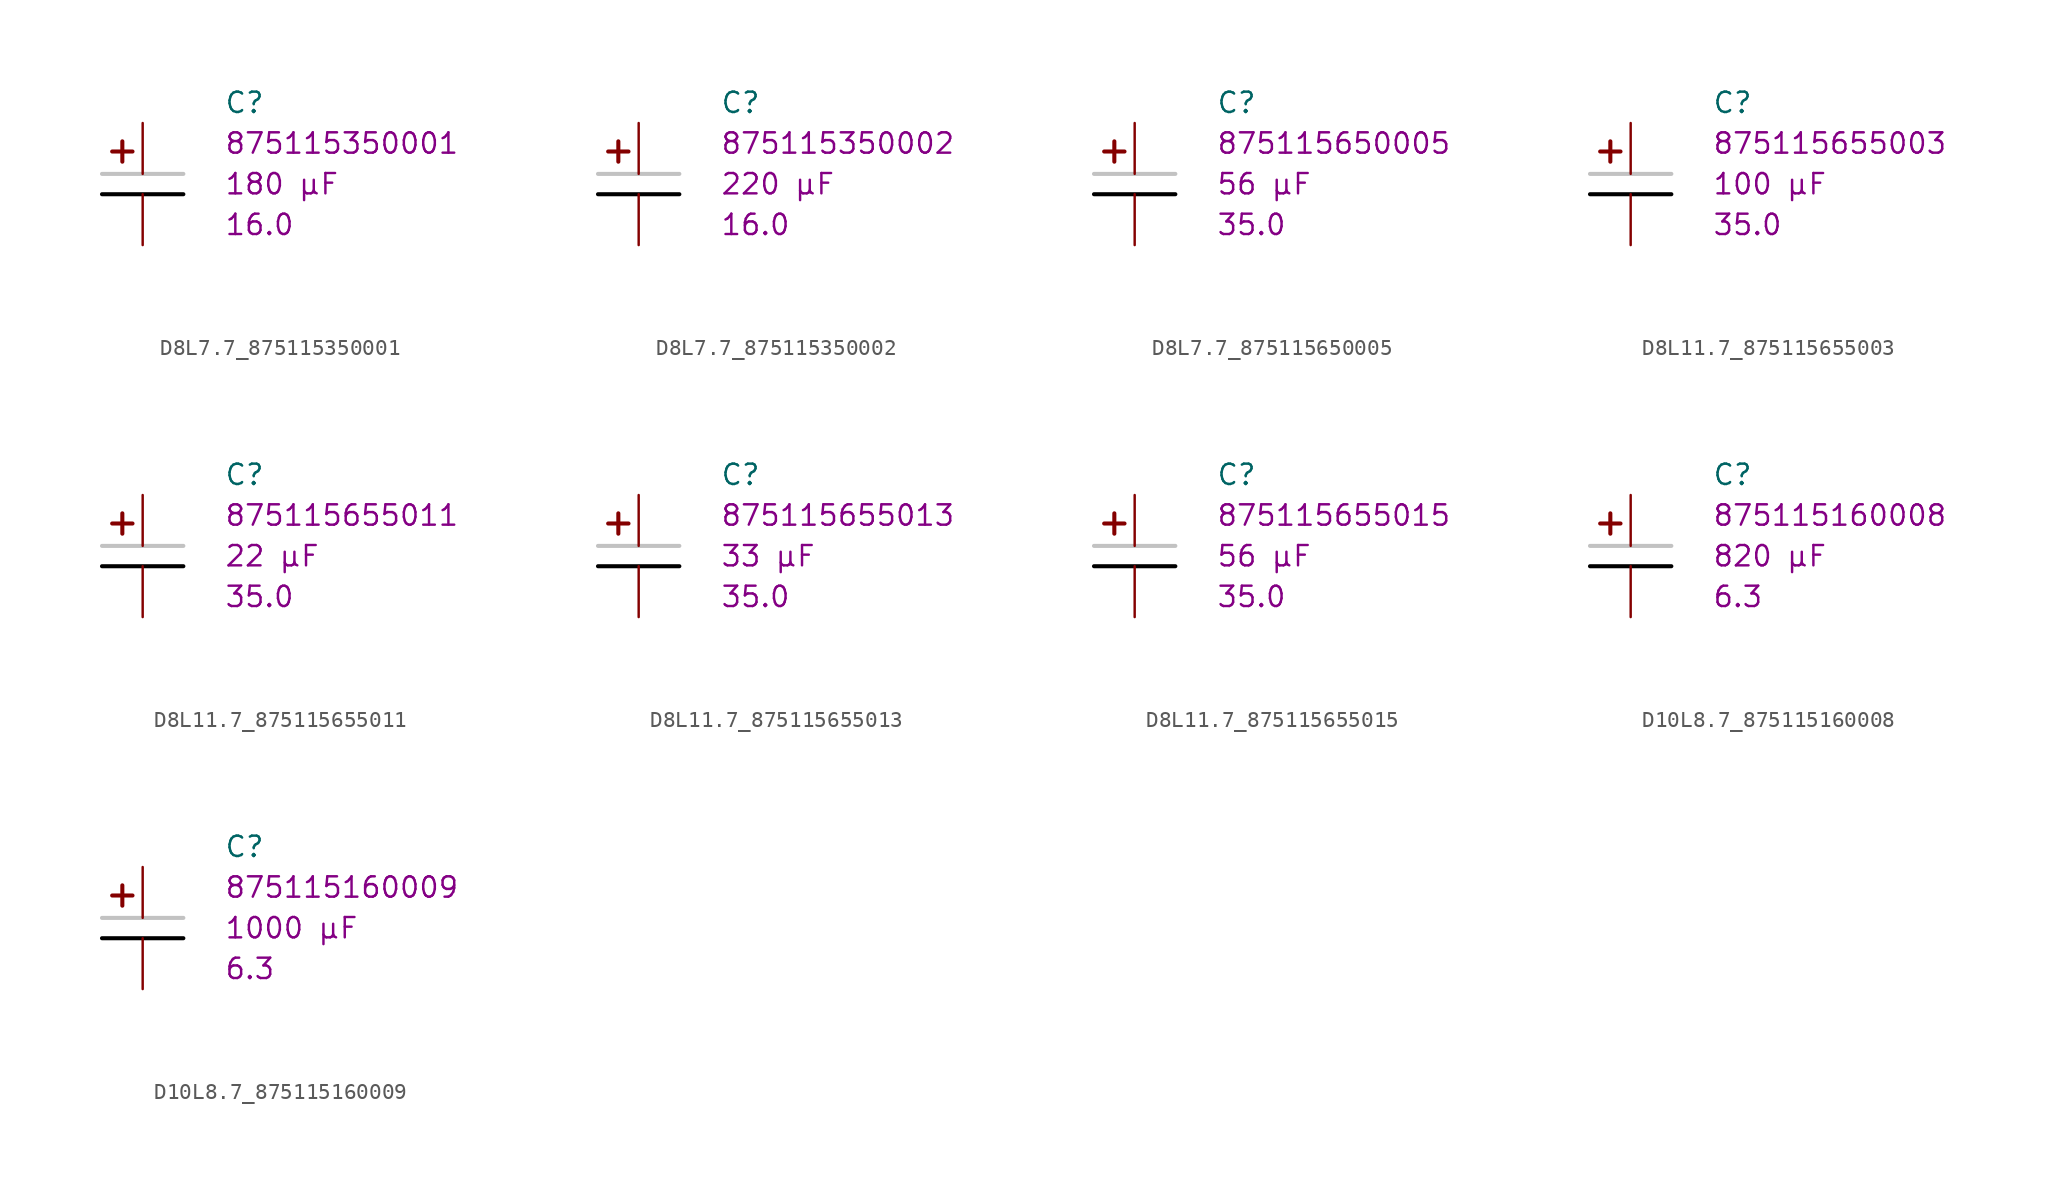
<source format=kicad_sym>
(kicad_symbol_lib
  (version 20220914)
  (generator kicad_symbol_editor)
  (symbol "D8L7.7_875115350001"
    (pin_numbers hide)
    (pin_names hide)
    (property "Reference" "C"
      (at 5.08 5.08 0)
      (effects (font (size 1.27 1.27)) (justify left)))
    (property "Part Number" "875115350001"
      (at 5.08 2.54 0)
      (effects (font (size 1.27 1.27)) (justify left)))
    (property "Capacitance" "180 µF"
      (at 5.08 0 0)
      (effects (font (size 1.27 1.27)) (justify left)))
    (property "Voltage" "16.0"
      (at 5.08 -2.54 0)
      (effects (font (size 1.27 1.27)) (justify left)))
    (property "Critical Parameter" ""
      (at 0 -7.62 0)
      (effects (font (size 1.27 1.27))))
    (symbol "D8L7.7_875115350001_1_1"
      (polyline (pts (xy -1.27 2.667) (xy -1.27 1.397)) (stroke (width 0.254) (type default)) (fill (type none)))
      (polyline (pts (xy -0.635 2.032) (xy -1.905 2.032)) (stroke (width 0.254) (type default)) (fill (type none)))
      (polyline (pts (xy 2.54 -0.635) (xy -2.54 -0.635)) (stroke (width 0.254) (type default) (color 0 0 0 1)) (fill (type none)))
      (polyline (pts (xy 2.54 0.635) (xy -2.54 0.635)) (stroke (width 0.254) (type default) (color 194 194 194 1)) (fill (type none)))
      (pin passive line (at 0 3.81 270) (length 3.175) (name "1" (effects (font (size 1.27 1.27)))) (number "1" (effects (font (size 1.27 1.27)))))
      (pin passive line (at 0 -3.81 90) (length 3.175) (name "2" (effects (font (size 1.27 1.27)))) (number "2" (effects (font (size 1.27 1.27)))))))
  (symbol "D8L7.7_875115350002"
    (pin_numbers hide)
    (pin_names hide)
    (property "Reference" "C"
      (at 5.08 5.08 0)
      (effects (font (size 1.27 1.27)) (justify left)))
    (property "Part Number" "875115350002"
      (at 5.08 2.54 0)
      (effects (font (size 1.27 1.27)) (justify left)))
    (property "Capacitance" "220 µF"
      (at 5.08 0 0)
      (effects (font (size 1.27 1.27)) (justify left)))
    (property "Voltage" "16.0"
      (at 5.08 -2.54 0)
      (effects (font (size 1.27 1.27)) (justify left)))
    (property "Critical Parameter" ""
      (at 0 -7.62 0)
      (effects (font (size 1.27 1.27))))
    (symbol "D8L7.7_875115350002_1_1"
      (polyline (pts (xy -1.27 2.667) (xy -1.27 1.397)) (stroke (width 0.254) (type default)) (fill (type none)))
      (polyline (pts (xy -0.635 2.032) (xy -1.905 2.032)) (stroke (width 0.254) (type default)) (fill (type none)))
      (polyline (pts (xy 2.54 -0.635) (xy -2.54 -0.635)) (stroke (width 0.254) (type default) (color 0 0 0 1)) (fill (type none)))
      (polyline (pts (xy 2.54 0.635) (xy -2.54 0.635)) (stroke (width 0.254) (type default) (color 194 194 194 1)) (fill (type none)))
      (pin passive line (at 0 3.81 270) (length 3.175) (name "1" (effects (font (size 1.27 1.27)))) (number "1" (effects (font (size 1.27 1.27)))))
      (pin passive line (at 0 -3.81 90) (length 3.175) (name "2" (effects (font (size 1.27 1.27)))) (number "2" (effects (font (size 1.27 1.27)))))))
  (symbol "D8L7.7_875115650005"
    (pin_numbers hide)
    (pin_names hide)
    (property "Reference" "C"
      (at 5.08 5.08 0)
      (effects (font (size 1.27 1.27)) (justify left)))
    (property "Part Number" "875115650005"
      (at 5.08 2.54 0)
      (effects (font (size 1.27 1.27)) (justify left)))
    (property "Capacitance" "56 µF"
      (at 5.08 0 0)
      (effects (font (size 1.27 1.27)) (justify left)))
    (property "Voltage" "35.0"
      (at 5.08 -2.54 0)
      (effects (font (size 1.27 1.27)) (justify left)))
    (property "Critical Parameter" ""
      (at 0 -7.62 0)
      (effects (font (size 1.27 1.27))))
    (symbol "D8L7.7_875115650005_1_1"
      (polyline (pts (xy -1.27 2.667) (xy -1.27 1.397)) (stroke (width 0.254) (type default)) (fill (type none)))
      (polyline (pts (xy -0.635 2.032) (xy -1.905 2.032)) (stroke (width 0.254) (type default)) (fill (type none)))
      (polyline (pts (xy 2.54 -0.635) (xy -2.54 -0.635)) (stroke (width 0.254) (type default) (color 0 0 0 1)) (fill (type none)))
      (polyline (pts (xy 2.54 0.635) (xy -2.54 0.635)) (stroke (width 0.254) (type default) (color 194 194 194 1)) (fill (type none)))
      (pin passive line (at 0 3.81 270) (length 3.175) (name "1" (effects (font (size 1.27 1.27)))) (number "1" (effects (font (size 1.27 1.27)))))
      (pin passive line (at 0 -3.81 90) (length 3.175) (name "2" (effects (font (size 1.27 1.27)))) (number "2" (effects (font (size 1.27 1.27)))))))
  (symbol "D8L11.7_875115655003"
    (pin_numbers hide)
    (pin_names hide)
    (property "Reference" "C"
      (at 5.08 5.08 0)
      (effects (font (size 1.27 1.27)) (justify left)))
    (property "Part Number" "875115655003"
      (at 5.08 2.54 0)
      (effects (font (size 1.27 1.27)) (justify left)))
    (property "Capacitance" "100 µF"
      (at 5.08 0 0)
      (effects (font (size 1.27 1.27)) (justify left)))
    (property "Voltage" "35.0"
      (at 5.08 -2.54 0)
      (effects (font (size 1.27 1.27)) (justify left)))
    (property "Critical Parameter" ""
      (at 0 -7.62 0)
      (effects (font (size 1.27 1.27))))
    (symbol "D8L11.7_875115655003_1_1"
      (polyline (pts (xy -1.27 2.667) (xy -1.27 1.397)) (stroke (width 0.254) (type default)) (fill (type none)))
      (polyline (pts (xy -0.635 2.032) (xy -1.905 2.032)) (stroke (width 0.254) (type default)) (fill (type none)))
      (polyline (pts (xy 2.54 -0.635) (xy -2.54 -0.635)) (stroke (width 0.254) (type default) (color 0 0 0 1)) (fill (type none)))
      (polyline (pts (xy 2.54 0.635) (xy -2.54 0.635)) (stroke (width 0.254) (type default) (color 194 194 194 1)) (fill (type none)))
      (pin passive line (at 0 3.81 270) (length 3.175) (name "1" (effects (font (size 1.27 1.27)))) (number "1" (effects (font (size 1.27 1.27)))))
      (pin passive line (at 0 -3.81 90) (length 3.175) (name "2" (effects (font (size 1.27 1.27)))) (number "2" (effects (font (size 1.27 1.27)))))))
  (symbol "D8L11.7_875115655011"
    (pin_numbers hide)
    (pin_names hide)
    (property "Reference" "C"
      (at 5.08 5.08 0)
      (effects (font (size 1.27 1.27)) (justify left)))
    (property "Part Number" "875115655011"
      (at 5.08 2.54 0)
      (effects (font (size 1.27 1.27)) (justify left)))
    (property "Capacitance" "22 µF"
      (at 5.08 0 0)
      (effects (font (size 1.27 1.27)) (justify left)))
    (property "Voltage" "35.0"
      (at 5.08 -2.54 0)
      (effects (font (size 1.27 1.27)) (justify left)))
    (property "Critical Parameter" ""
      (at 0 -7.62 0)
      (effects (font (size 1.27 1.27))))
    (symbol "D8L11.7_875115655011_1_1"
      (polyline (pts (xy -1.27 2.667) (xy -1.27 1.397)) (stroke (width 0.254) (type default)) (fill (type none)))
      (polyline (pts (xy -0.635 2.032) (xy -1.905 2.032)) (stroke (width 0.254) (type default)) (fill (type none)))
      (polyline (pts (xy 2.54 -0.635) (xy -2.54 -0.635)) (stroke (width 0.254) (type default) (color 0 0 0 1)) (fill (type none)))
      (polyline (pts (xy 2.54 0.635) (xy -2.54 0.635)) (stroke (width 0.254) (type default) (color 194 194 194 1)) (fill (type none)))
      (pin passive line (at 0 3.81 270) (length 3.175) (name "1" (effects (font (size 1.27 1.27)))) (number "1" (effects (font (size 1.27 1.27)))))
      (pin passive line (at 0 -3.81 90) (length 3.175) (name "2" (effects (font (size 1.27 1.27)))) (number "2" (effects (font (size 1.27 1.27)))))))
  (symbol "D8L11.7_875115655013"
    (pin_numbers hide)
    (pin_names hide)
    (property "Reference" "C"
      (at 5.08 5.08 0)
      (effects (font (size 1.27 1.27)) (justify left)))
    (property "Part Number" "875115655013"
      (at 5.08 2.54 0)
      (effects (font (size 1.27 1.27)) (justify left)))
    (property "Capacitance" "33 µF"
      (at 5.08 0 0)
      (effects (font (size 1.27 1.27)) (justify left)))
    (property "Voltage" "35.0"
      (at 5.08 -2.54 0)
      (effects (font (size 1.27 1.27)) (justify left)))
    (property "Critical Parameter" ""
      (at 0 -7.62 0)
      (effects (font (size 1.27 1.27))))
    (symbol "D8L11.7_875115655013_1_1"
      (polyline (pts (xy -1.27 2.667) (xy -1.27 1.397)) (stroke (width 0.254) (type default)) (fill (type none)))
      (polyline (pts (xy -0.635 2.032) (xy -1.905 2.032)) (stroke (width 0.254) (type default)) (fill (type none)))
      (polyline (pts (xy 2.54 -0.635) (xy -2.54 -0.635)) (stroke (width 0.254) (type default) (color 0 0 0 1)) (fill (type none)))
      (polyline (pts (xy 2.54 0.635) (xy -2.54 0.635)) (stroke (width 0.254) (type default) (color 194 194 194 1)) (fill (type none)))
      (pin passive line (at 0 3.81 270) (length 3.175) (name "1" (effects (font (size 1.27 1.27)))) (number "1" (effects (font (size 1.27 1.27)))))
      (pin passive line (at 0 -3.81 90) (length 3.175) (name "2" (effects (font (size 1.27 1.27)))) (number "2" (effects (font (size 1.27 1.27)))))))
  (symbol "D8L11.7_875115655015"
    (pin_numbers hide)
    (pin_names hide)
    (property "Reference" "C"
      (at 5.08 5.08 0)
      (effects (font (size 1.27 1.27)) (justify left)))
    (property "Part Number" "875115655015"
      (at 5.08 2.54 0)
      (effects (font (size 1.27 1.27)) (justify left)))
    (property "Capacitance" "56 µF"
      (at 5.08 0 0)
      (effects (font (size 1.27 1.27)) (justify left)))
    (property "Voltage" "35.0"
      (at 5.08 -2.54 0)
      (effects (font (size 1.27 1.27)) (justify left)))
    (property "Critical Parameter" ""
      (at 0 -7.62 0)
      (effects (font (size 1.27 1.27))))
    (symbol "D8L11.7_875115655015_1_1"
      (polyline (pts (xy -1.27 2.667) (xy -1.27 1.397)) (stroke (width 0.254) (type default)) (fill (type none)))
      (polyline (pts (xy -0.635 2.032) (xy -1.905 2.032)) (stroke (width 0.254) (type default)) (fill (type none)))
      (polyline (pts (xy 2.54 -0.635) (xy -2.54 -0.635)) (stroke (width 0.254) (type default) (color 0 0 0 1)) (fill (type none)))
      (polyline (pts (xy 2.54 0.635) (xy -2.54 0.635)) (stroke (width 0.254) (type default) (color 194 194 194 1)) (fill (type none)))
      (pin passive line (at 0 3.81 270) (length 3.175) (name "1" (effects (font (size 1.27 1.27)))) (number "1" (effects (font (size 1.27 1.27)))))
      (pin passive line (at 0 -3.81 90) (length 3.175) (name "2" (effects (font (size 1.27 1.27)))) (number "2" (effects (font (size 1.27 1.27)))))))
  (symbol "D10L8.7_875115160008"
    (pin_numbers hide)
    (pin_names hide)
    (property "Reference" "C"
      (at 5.08 5.08 0)
      (effects (font (size 1.27 1.27)) (justify left)))
    (property "Part Number" "875115160008"
      (at 5.08 2.54 0)
      (effects (font (size 1.27 1.27)) (justify left)))
    (property "Capacitance" "820 µF"
      (at 5.08 0 0)
      (effects (font (size 1.27 1.27)) (justify left)))
    (property "Voltage" "6.3"
      (at 5.08 -2.54 0)
      (effects (font (size 1.27 1.27)) (justify left)))
    (property "Critical Parameter" ""
      (at 0 -7.62 0)
      (effects (font (size 1.27 1.27))))
    (symbol "D10L8.7_875115160008_1_1"
      (polyline (pts (xy -1.27 2.667) (xy -1.27 1.397)) (stroke (width 0.254) (type default)) (fill (type none)))
      (polyline (pts (xy -0.635 2.032) (xy -1.905 2.032)) (stroke (width 0.254) (type default)) (fill (type none)))
      (polyline (pts (xy 2.54 -0.635) (xy -2.54 -0.635)) (stroke (width 0.254) (type default) (color 0 0 0 1)) (fill (type none)))
      (polyline (pts (xy 2.54 0.635) (xy -2.54 0.635)) (stroke (width 0.254) (type default) (color 194 194 194 1)) (fill (type none)))
      (pin passive line (at 0 3.81 270) (length 3.175) (name "1" (effects (font (size 1.27 1.27)))) (number "1" (effects (font (size 1.27 1.27)))))
      (pin passive line (at 0 -3.81 90) (length 3.175) (name "2" (effects (font (size 1.27 1.27)))) (number "2" (effects (font (size 1.27 1.27)))))))
  (symbol "D10L8.7_875115160009"
    (pin_numbers hide)
    (pin_names hide)
    (property "Reference" "C"
      (at 5.08 5.08 0)
      (effects (font (size 1.27 1.27)) (justify left)))
    (property "Part Number" "875115160009"
      (at 5.08 2.54 0)
      (effects (font (size 1.27 1.27)) (justify left)))
    (property "Capacitance" "1000 µF"
      (at 5.08 0 0)
      (effects (font (size 1.27 1.27)) (justify left)))
    (property "Voltage" "6.3"
      (at 5.08 -2.54 0)
      (effects (font (size 1.27 1.27)) (justify left)))
    (property "Critical Parameter" ""
      (at 0 -7.62 0)
      (effects (font (size 1.27 1.27))))
    (symbol "D10L8.7_875115160009_1_1"
      (polyline (pts (xy -1.27 2.667) (xy -1.27 1.397)) (stroke (width 0.254) (type default)) (fill (type none)))
      (polyline (pts (xy -0.635 2.032) (xy -1.905 2.032)) (stroke (width 0.254) (type default)) (fill (type none)))
      (polyline (pts (xy 2.54 -0.635) (xy -2.54 -0.635)) (stroke (width 0.254) (type default) (color 0 0 0 1)) (fill (type none)))
      (polyline (pts (xy 2.54 0.635) (xy -2.54 0.635)) (stroke (width 0.254) (type default) (color 194 194 194 1)) (fill (type none)))
      (pin passive line (at 0 3.81 270) (length 3.175) (name "1" (effects (font (size 1.27 1.27)))) (number "1" (effects (font (size 1.27 1.27)))))
      (pin passive line (at 0 -3.81 90) (length 3.175) (name "2" (effects (font (size 1.27 1.27)))) (number "2" (effects (font (size 1.27 1.27))))))))
</source>
